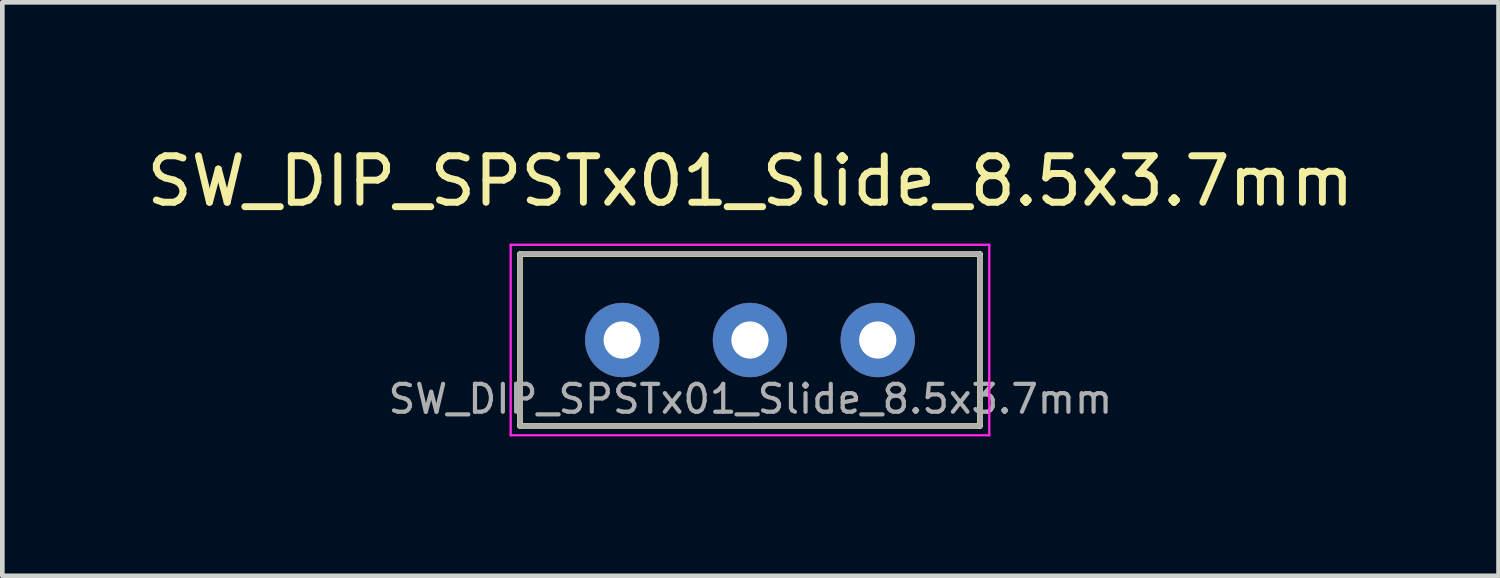
<source format=kicad_pcb>
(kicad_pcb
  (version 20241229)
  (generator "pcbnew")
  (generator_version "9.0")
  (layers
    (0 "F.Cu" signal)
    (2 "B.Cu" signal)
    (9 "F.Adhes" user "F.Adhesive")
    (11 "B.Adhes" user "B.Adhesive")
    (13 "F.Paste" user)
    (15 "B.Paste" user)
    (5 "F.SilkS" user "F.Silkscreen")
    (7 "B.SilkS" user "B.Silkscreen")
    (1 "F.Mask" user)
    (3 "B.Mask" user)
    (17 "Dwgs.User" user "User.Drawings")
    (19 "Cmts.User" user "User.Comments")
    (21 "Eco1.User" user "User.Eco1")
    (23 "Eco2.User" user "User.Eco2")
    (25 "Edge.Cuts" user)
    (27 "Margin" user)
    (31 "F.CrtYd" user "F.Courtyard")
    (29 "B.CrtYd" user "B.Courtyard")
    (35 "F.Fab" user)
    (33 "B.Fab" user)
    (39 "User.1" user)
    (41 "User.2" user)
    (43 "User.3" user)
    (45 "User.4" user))
  (footprint "SW_DIP_SPSTx01_Slide_8.5x3.7mm"
    (layer "F.Cu")
    (at 13.091 4.268)
    (property "Reference" "SW_DIP_SPSTx01_Slide_8.5x3.7mm" (at 0.01 -3.42 0) (layer "F.SilkS") (effects (font (size 1 1) (thickness 0.15))))
    (attr through_hole)
    (fp_line (start -4.95 -1.85) (end -4.95 1.85) (stroke (width 0.12) (type solid)) (layer "F.SilkS"))
    (fp_line (start -4.95 -1.85) (end 4.95 -1.85) (stroke (width 0.12) (type solid)) (layer "F.SilkS"))
    (fp_line (start -4.95 1.85) (end 4.95 1.85) (stroke (width 0.12) (type solid)) (layer "F.SilkS"))
    (fp_line (start 4.95 -1.85) (end 4.95 1.85) (stroke (width 0.12) (type solid)) (layer "F.SilkS"))
    (fp_line (start -5.15 -2.05) (end -5.15 2.05) (stroke (width 0.05) (type solid)) (layer "F.CrtYd"))
    (fp_line (start -5.15 2.05) (end 5.15 2.05) (stroke (width 0.05) (type solid)) (layer "F.CrtYd"))
    (fp_line (start 5.15 -2.05) (end -5.15 -2.05) (stroke (width 0.05) (type solid)) (layer "F.CrtYd"))
    (fp_line (start 5.15 2.05) (end 5.15 -2.05) (stroke (width 0.05) (type solid)) (layer "F.CrtYd"))
    (fp_line (start -4.95 -1.85) (end 4.95 -1.85) (stroke (width 0.1) (type solid)) (layer "F.Fab"))
    (fp_line (start -4.95 1.85) (end -4.95 -1.85) (stroke (width 0.1) (type solid)) (layer "F.Fab"))
    (fp_line (start 4.95 -1.85) (end 4.95 1.85) (stroke (width 0.1) (type solid)) (layer "F.Fab"))
    (fp_line (start 4.95 1.85) (end -4.95 1.85) (stroke (width 0.1) (type solid)) (layer "F.Fab"))
    (fp_text user "${REFERENCE}" (at 0.01 1.27 180) (layer "F.Fab") (effects (font (size 0.6 0.6) (thickness 0.09))))
    (pad "1" thru_hole circle (at -2.75 0) (size 1.6 1.6) (drill 0.8) (layers "*.Cu" "*.Mask"))
    (pad "2" thru_hole oval (at 0 0) (size 1.6 1.6) (drill 0.8) (layers "*.Cu" "*.Mask"))
    (pad "3" thru_hole oval (at 2.75 0) (size 1.6 1.6) (drill 0.8) (layers "*.Cu" "*.Mask")))
  (gr_rect
    (start -3 -3)
    (end 29.202 9.343)
    (stroke (width 0.1) (type default))
    (fill no)
    (layer "Edge.Cuts")))
</source>
